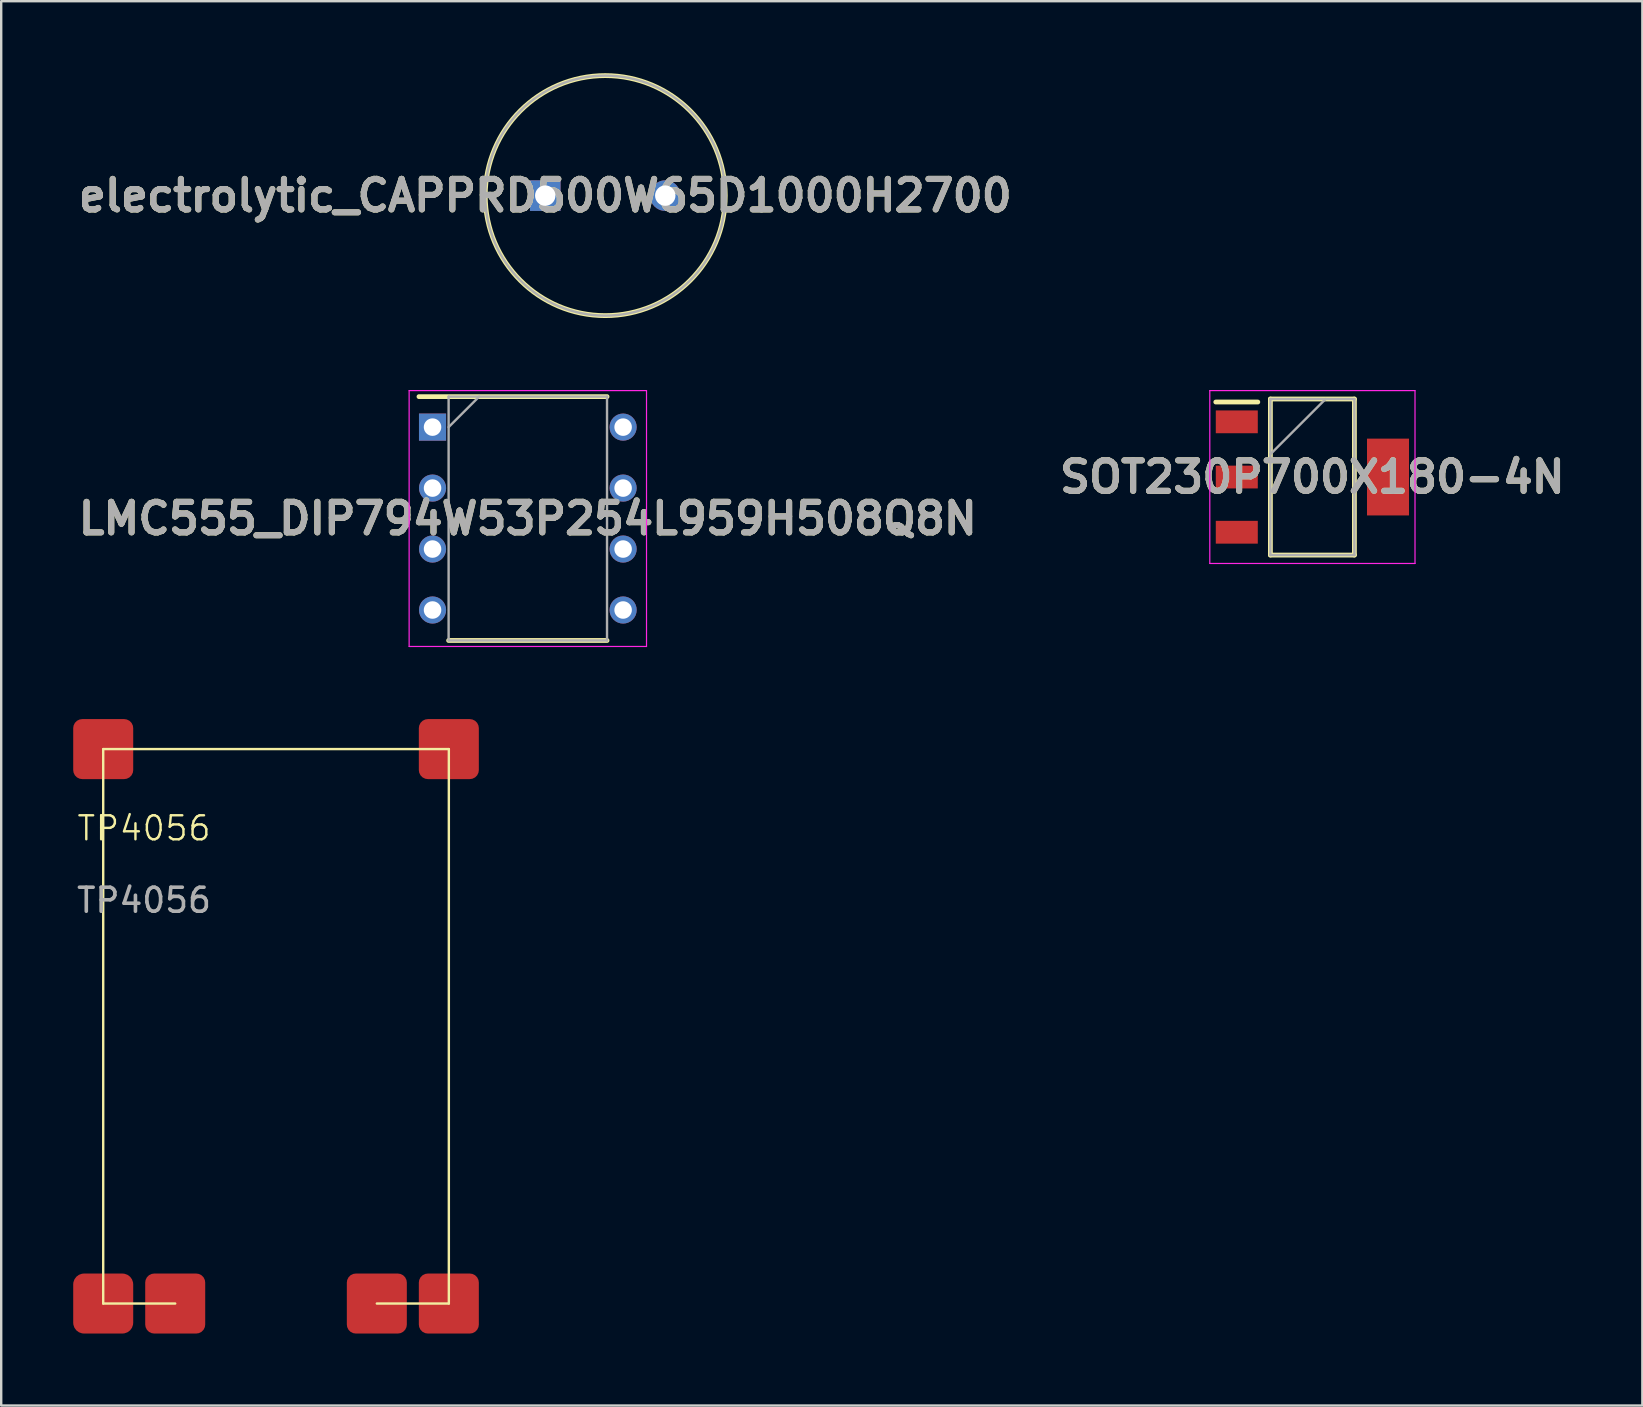
<source format=kicad_pcb>
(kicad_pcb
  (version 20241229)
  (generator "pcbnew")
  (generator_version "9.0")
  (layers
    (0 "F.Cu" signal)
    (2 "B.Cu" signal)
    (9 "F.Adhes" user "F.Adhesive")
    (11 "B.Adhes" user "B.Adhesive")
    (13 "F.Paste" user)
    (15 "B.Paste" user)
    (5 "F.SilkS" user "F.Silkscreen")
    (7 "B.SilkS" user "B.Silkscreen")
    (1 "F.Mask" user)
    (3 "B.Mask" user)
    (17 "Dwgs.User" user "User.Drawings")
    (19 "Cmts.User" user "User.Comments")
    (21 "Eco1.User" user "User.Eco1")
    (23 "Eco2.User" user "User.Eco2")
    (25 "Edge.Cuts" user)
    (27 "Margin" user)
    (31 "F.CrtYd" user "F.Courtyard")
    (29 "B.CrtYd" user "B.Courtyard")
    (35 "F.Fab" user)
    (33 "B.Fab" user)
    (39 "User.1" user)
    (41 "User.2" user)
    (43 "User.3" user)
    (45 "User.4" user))
  (footprint "SOT230P700X180-4N"
    (layer "F.Cu")
    (at 51.629 16.825)
    (property "Reference" "SOT230P700X180-4N" (at 0 0 0) (layer "F.SilkS") (effects (font (size 1.27 1.27) (thickness 0.254))))
    (attr smd)
    (fp_line (start -4.025 -3.125) (end -2.275 -3.125) (stroke (width 0.2) (type solid)) (layer "F.SilkS"))
    (fp_line (start -1.75 -3.25) (end 1.75 -3.25) (stroke (width 0.2) (type solid)) (layer "F.SilkS"))
    (fp_line (start -1.75 3.25) (end -1.75 -3.25) (stroke (width 0.2) (type solid)) (layer "F.SilkS"))
    (fp_line (start 1.75 -3.25) (end 1.75 3.25) (stroke (width 0.2) (type solid)) (layer "F.SilkS"))
    (fp_line (start 1.75 3.25) (end -1.75 3.25) (stroke (width 0.2) (type solid)) (layer "F.SilkS"))
    (fp_line (start -4.275 -3.6) (end 4.275 -3.6) (stroke (width 0.05) (type solid)) (layer "F.CrtYd"))
    (fp_line (start -4.275 3.6) (end -4.275 -3.6) (stroke (width 0.05) (type solid)) (layer "F.CrtYd"))
    (fp_line (start 4.275 -3.6) (end 4.275 3.6) (stroke (width 0.05) (type solid)) (layer "F.CrtYd"))
    (fp_line (start 4.275 3.6) (end -4.275 3.6) (stroke (width 0.05) (type solid)) (layer "F.CrtYd"))
    (fp_line (start -1.75 -3.25) (end 1.75 -3.25) (stroke (width 0.1) (type solid)) (layer "F.Fab"))
    (fp_line (start -1.75 -0.95) (end 0.55 -3.25) (stroke (width 0.1) (type solid)) (layer "F.Fab"))
    (fp_line (start -1.75 3.25) (end -1.75 -3.25) (stroke (width 0.1) (type solid)) (layer "F.Fab"))
    (fp_line (start 1.75 -3.25) (end 1.75 3.25) (stroke (width 0.1) (type solid)) (layer "F.Fab"))
    (fp_line (start 1.75 3.25) (end -1.75 3.25) (stroke (width 0.1) (type solid)) (layer "F.Fab"))
    (fp_text user "${REFERENCE}" (at 0 0 0) (layer "F.Fab") (effects (font (size 1.27 1.27) (thickness 0.254))))
    (pad "1" smd rect (at -3.15 -2.3 90) (size 0.95 1.75) (layers "F.Cu" "F.Mask" "F.Paste"))
    (pad "2" smd rect (at -3.15 0 90) (size 0.95 1.75) (layers "F.Cu" "F.Mask" "F.Paste"))
    (pad "3" smd rect (at -3.15 2.3 90) (size 0.95 1.75) (layers "F.Cu" "F.Mask" "F.Paste"))
    (pad "4" smd rect (at 3.15 0) (size 1.75 3.2) (layers "F.Cu" "F.Mask" "F.Paste")))
  (footprint "electrolytic_CAPPRD500W65D1000H2700"
    (layer "F.Cu")
    (at 19.667 5.1)
    (property "Reference" "electrolytic_CAPPRD500W65D1000H2700" (at 0 0 0) (layer "F.SilkS") (effects (font (size 1.27 1.27) (thickness 0.254))))
    (attr through_hole)
    (fp_circle (center 2.5 0) (end 2.5 5) (stroke (width 0.2) (type solid)) (fill no) (layer "F.SilkS"))
    (fp_circle (center 2.5 0) (end 2.5 5) (stroke (width 0.1) (type solid)) (fill no) (layer "F.Fab"))
    (fp_text user "${REFERENCE}" (at 0 0 0) (layer "F.Fab") (effects (font (size 1.27 1.27) (thickness 0.254))))
    (pad "1" thru_hole rect (at 0 0) (size 1.275 1.275) (drill 0.85) (layers "*.Cu" "*.Mask"))
    (pad "2" thru_hole circle (at 5 0) (size 1.275 1.275) (drill 0.85) (layers "*.Cu" "*.Mask")))
  (footprint "LMC555_DIP794W53P254L959H508Q8N"
    (layer "F.Cu")
    (at 18.941 18.555)
    (property "Reference" "LMC555_DIP794W53P254L959H508Q8N" (at 0 0 0) (layer "F.SilkS") (effects (font (size 1.27 1.27) (thickness 0.254))))
    (attr through_hole)
    (fp_line (start -4.535 -5.08) (end 3.3 -5.08) (stroke (width 0.2) (type solid)) (layer "F.SilkS"))
    (fp_line (start -3.3 5.08) (end 3.3 5.08) (stroke (width 0.2) (type solid)) (layer "F.SilkS"))
    (fp_line (start -4.945 -5.33) (end 4.945 -5.33) (stroke (width 0.05) (type solid)) (layer "F.CrtYd"))
    (fp_line (start -4.945 5.33) (end -4.945 -5.33) (stroke (width 0.05) (type solid)) (layer "F.CrtYd"))
    (fp_line (start 4.945 -5.33) (end 4.945 5.33) (stroke (width 0.05) (type solid)) (layer "F.CrtYd"))
    (fp_line (start 4.945 5.33) (end -4.945 5.33) (stroke (width 0.05) (type solid)) (layer "F.CrtYd"))
    (fp_line (start -3.3 -5.08) (end 3.3 -5.08) (stroke (width 0.1) (type solid)) (layer "F.Fab"))
    (fp_line (start -3.3 -3.81) (end -2.03 -5.08) (stroke (width 0.1) (type solid)) (layer "F.Fab"))
    (fp_line (start -3.3 5.08) (end -3.3 -5.08) (stroke (width 0.1) (type solid)) (layer "F.Fab"))
    (fp_line (start 3.3 -5.08) (end 3.3 5.08) (stroke (width 0.1) (type solid)) (layer "F.Fab"))
    (fp_line (start 3.3 5.08) (end -3.3 5.08) (stroke (width 0.1) (type solid)) (layer "F.Fab"))
    (fp_text user "${REFERENCE}" (at 0 0 0) (layer "F.Fab") (effects (font (size 1.27 1.27) (thickness 0.254))))
    (pad "1" thru_hole rect (at -3.97 -3.81) (size 1.13 1.13) (drill 0.73) (layers "*.Cu" "*.Mask"))
    (pad "2" thru_hole circle (at -3.97 -1.27) (size 1.13 1.13) (drill 0.73) (layers "*.Cu" "*.Mask"))
    (pad "3" thru_hole circle (at -3.97 1.27) (size 1.13 1.13) (drill 0.73) (layers "*.Cu" "*.Mask"))
    (pad "4" thru_hole circle (at -3.97 3.81) (size 1.13 1.13) (drill 0.73) (layers "*.Cu" "*.Mask"))
    (pad "5" thru_hole circle (at 3.97 3.81) (size 1.13 1.13) (drill 0.73) (layers "*.Cu" "*.Mask"))
    (pad "6" thru_hole circle (at 3.97 1.27) (size 1.13 1.13) (drill 0.73) (layers "*.Cu" "*.Mask"))
    (pad "7" thru_hole circle (at 3.97 -1.27) (size 1.13 1.13) (drill 0.73) (layers "*.Cu" "*.Mask"))
    (pad "8" thru_hole circle (at 3.97 -3.81) (size 1.13 1.13) (drill 0.73) (layers "*.Cu" "*.Mask")))
  (footprint "TP4056"
    (layer "F.Cu")
    (at 2.95 31.96)
    (property "Reference" "TP4056" (at 0 -0.5 0) (unlocked yes) (layer "F.SilkS") (effects (font (size 1 1) (thickness 0.1))))
    (attr smd)
    (fp_line (start -1.7 -3.8) (end -1.7 19.3) (stroke (width 0.1) (type default)) (layer "F.SilkS"))
    (fp_line (start -1.7 -3.8) (end 12.7 -3.8) (stroke (width 0.1) (type default)) (layer "F.SilkS"))
    (fp_line (start -1.7 19.3) (end 1.3 19.3) (stroke (width 0.1) (type default)) (layer "F.SilkS"))
    (fp_line (start 12.7 -3.8) (end 12.7 19.3) (stroke (width 0.1) (type default)) (layer "F.SilkS"))
    (fp_line (start 12.7 19.3) (end 9.7 19.3) (stroke (width 0.1) (type default)) (layer "F.SilkS"))
    (fp_text user "${REFERENCE}" (at 0 2.5 0) (unlocked yes) (layer "F.Fab") (effects (font (size 1 1) (thickness 0.15))))
    (pad "1" smd roundrect (at -1.7 -3.8) (size 2.5 2.5) (layers "F.Cu" "F.Mask" "F.Paste") (roundrect_rratio 0.15))
    (pad "2" smd roundrect (at 12.7 -3.8) (size 2.5 2.5) (layers "F.Cu" "F.Mask" "F.Paste") (roundrect_rratio 0.15))
    (pad "3" smd roundrect (at 12.7 19.3) (size 2.5 2.5) (layers "F.Cu" "F.Mask" "F.Paste") (roundrect_rratio 0.15))
    (pad "4" smd roundrect (at 9.7 19.3) (size 2.5 2.5) (layers "F.Cu" "F.Mask" "F.Paste") (roundrect_rratio 0.15))
    (pad "5" smd roundrect (at 1.3 19.3) (size 2.5 2.5) (layers "F.Cu" "F.Mask" "F.Paste") (roundrect_rratio 0.15))
    (pad "6" smd roundrect (at -1.7 19.3) (size 2.5 2.5) (layers "F.Cu" "F.Mask" "F.Paste") (roundrect_rratio 0.18)))
  (gr_rect
    (start -3 -3)
    (end 65.376 55.51)
    (stroke (width 0.1) (type default))
    (fill no)
    (layer "Edge.Cuts")))
</source>
